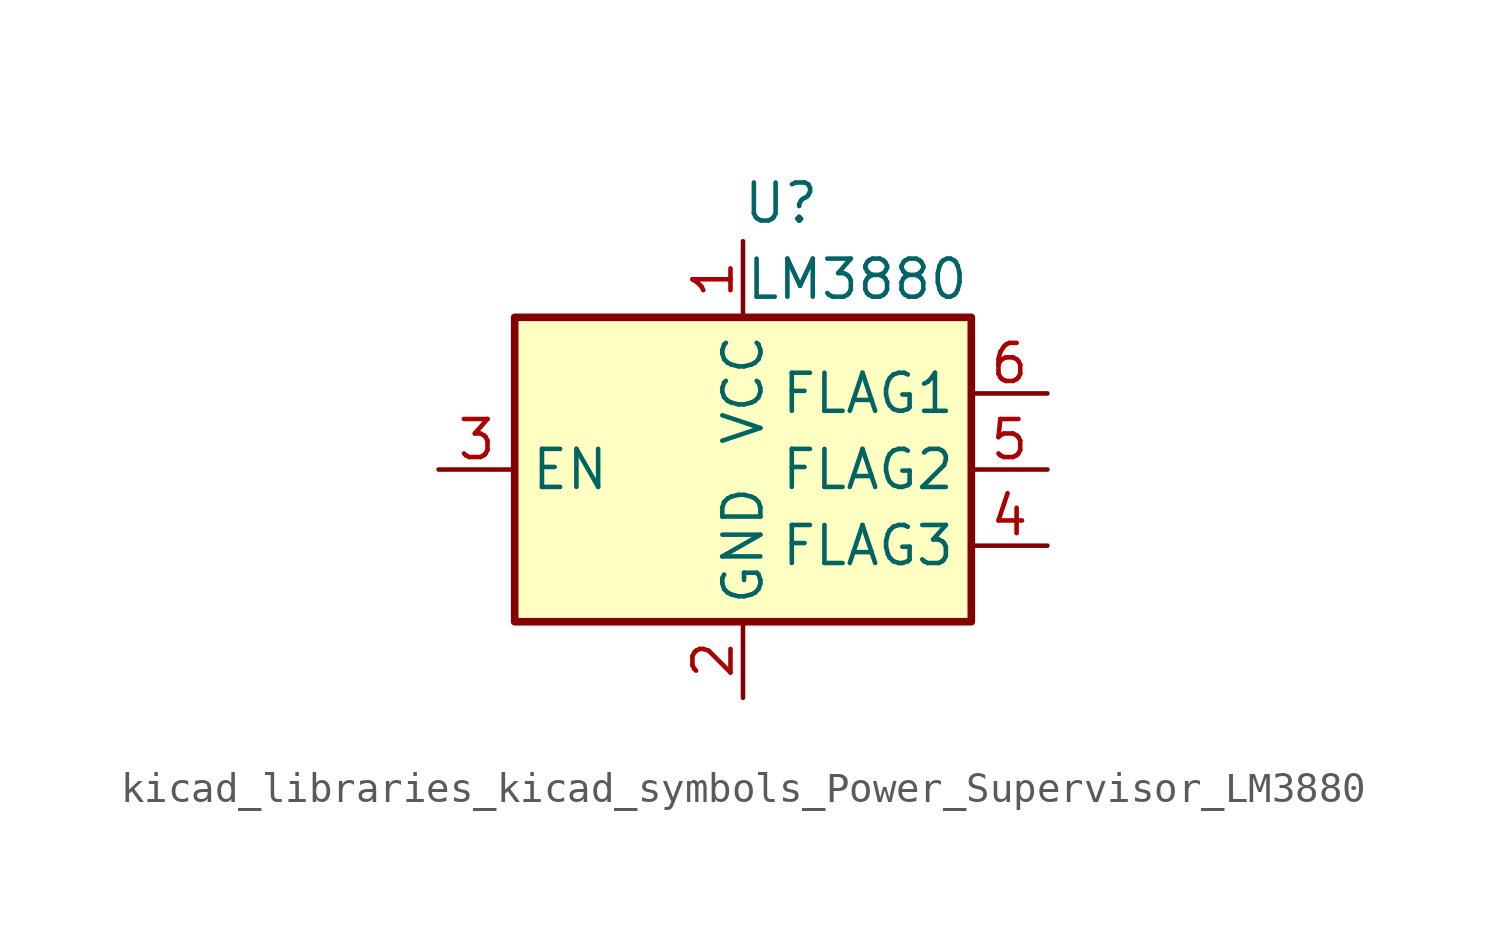
<source format=kicad_sym>
(kicad_symbol_lib
  (version 20220914)
  (generator kicad_symbol_editor)
  (symbol "kicad_libraries_kicad_symbols_Power_Supervisor_LM3880"
    (property "Reference" "U"
      (at 1.27 8.89 0)
      (effects (font (size 1.27 1.27))))
    (property "Value" "LM3880"
      (at 3.81 6.35 0)
      (effects (font (size 1.27 1.27))))
    (symbol "kicad_libraries_kicad_symbols_Power_Supervisor_LM3880_0_1"
      (rectangle (start -7.62 5.08) (end 7.62 -5.08) (stroke (width 0.254) (type default)) (fill (type background))))
    (symbol "kicad_libraries_kicad_symbols_Power_Supervisor_LM3880_1_1"
      (pin power_in line (at 0 7.62 270) (length 2.54) (name "VCC" (effects (font (size 1.27 1.27)))) (number "1" (effects (font (size 1.27 1.27)))))
      (pin power_in line (at 0 -7.62 90) (length 2.54) (name "GND" (effects (font (size 1.27 1.27)))) (number "2" (effects (font (size 1.27 1.27)))))
      (pin input line (at -10.16 0 0) (length 2.54) (name "EN" (effects (font (size 1.27 1.27)))) (number "3" (effects (font (size 1.27 1.27)))))
      (pin open_collector line (at 10.16 -2.54 180) (length 2.54) (name "FLAG3" (effects (font (size 1.27 1.27)))) (number "4" (effects (font (size 1.27 1.27)))))
      (pin open_collector line (at 10.16 0 180) (length 2.54) (name "FLAG2" (effects (font (size 1.27 1.27)))) (number "5" (effects (font (size 1.27 1.27)))))
      (pin open_collector line (at 10.16 2.54 180) (length 2.54) (name "FLAG1" (effects (font (size 1.27 1.27)))) (number "6" (effects (font (size 1.27 1.27))))))))
</source>
